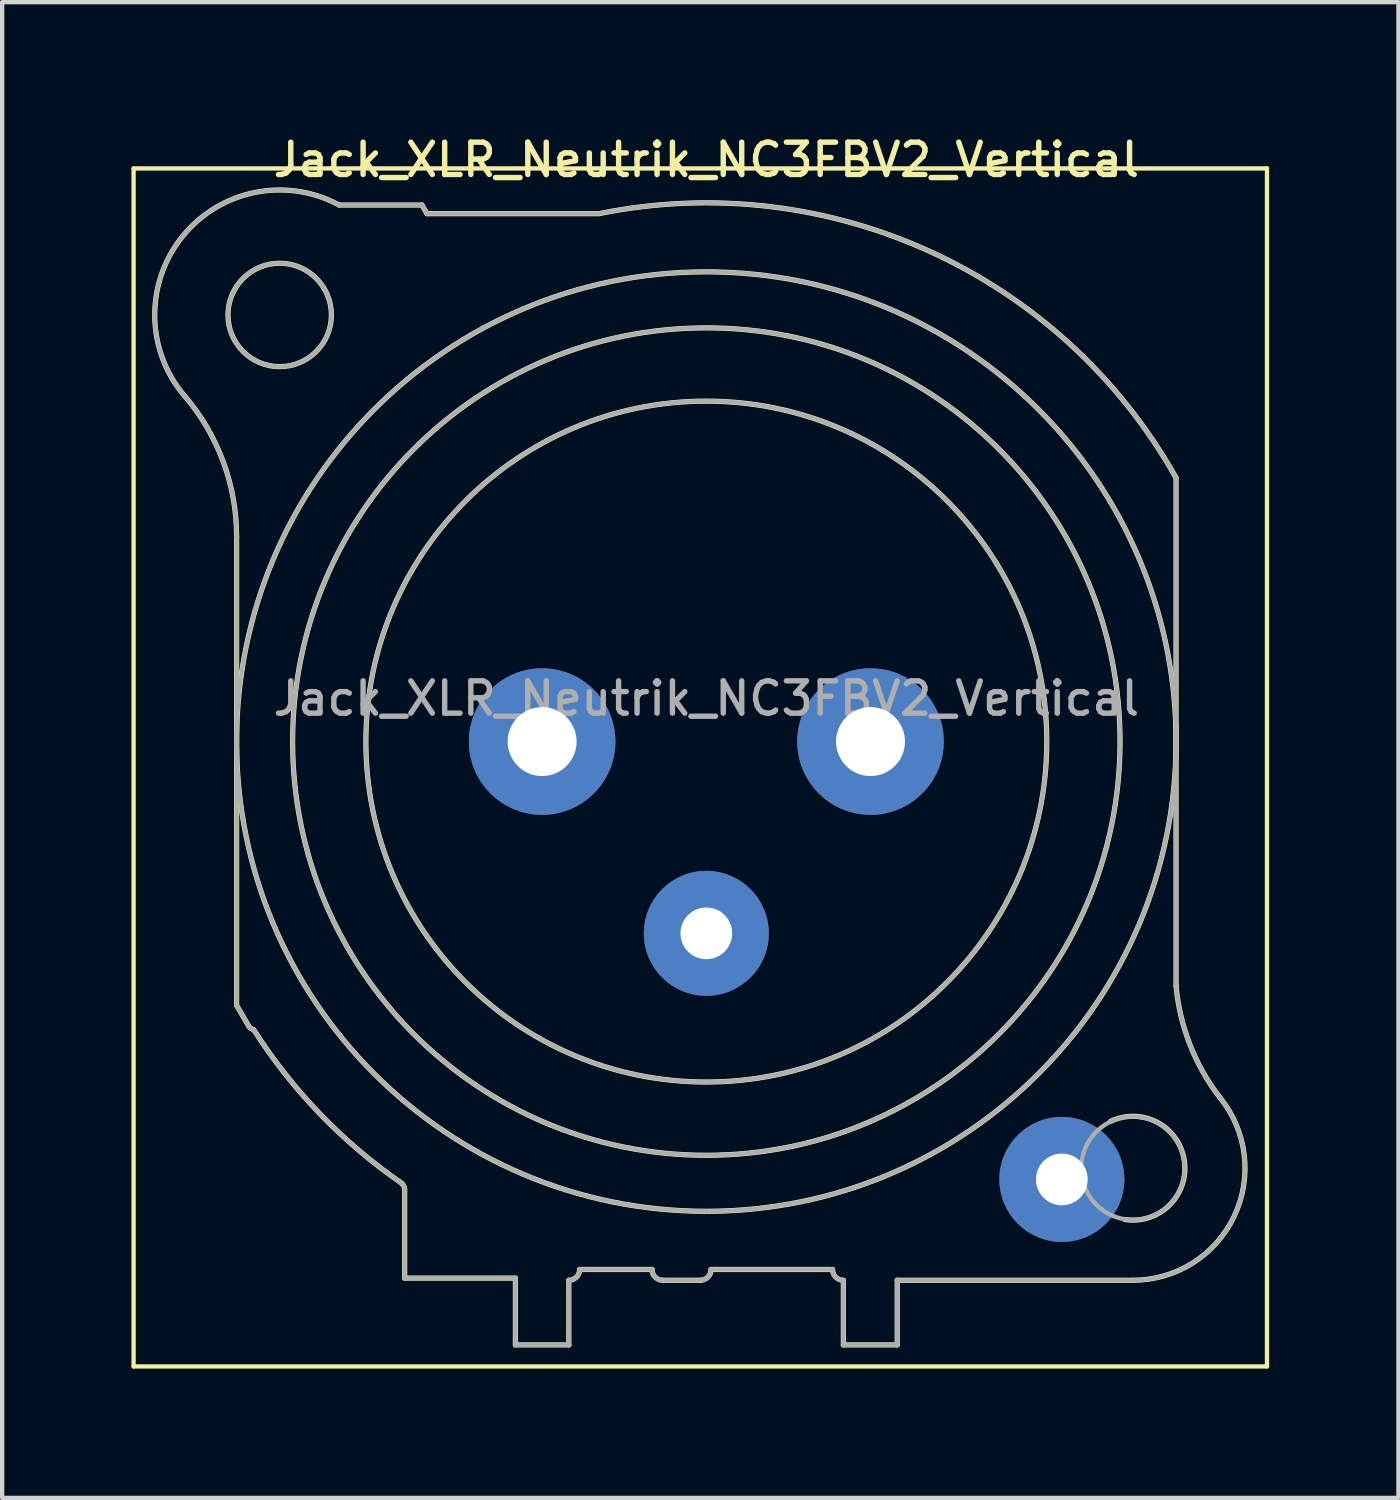
<source format=kicad_pcb>
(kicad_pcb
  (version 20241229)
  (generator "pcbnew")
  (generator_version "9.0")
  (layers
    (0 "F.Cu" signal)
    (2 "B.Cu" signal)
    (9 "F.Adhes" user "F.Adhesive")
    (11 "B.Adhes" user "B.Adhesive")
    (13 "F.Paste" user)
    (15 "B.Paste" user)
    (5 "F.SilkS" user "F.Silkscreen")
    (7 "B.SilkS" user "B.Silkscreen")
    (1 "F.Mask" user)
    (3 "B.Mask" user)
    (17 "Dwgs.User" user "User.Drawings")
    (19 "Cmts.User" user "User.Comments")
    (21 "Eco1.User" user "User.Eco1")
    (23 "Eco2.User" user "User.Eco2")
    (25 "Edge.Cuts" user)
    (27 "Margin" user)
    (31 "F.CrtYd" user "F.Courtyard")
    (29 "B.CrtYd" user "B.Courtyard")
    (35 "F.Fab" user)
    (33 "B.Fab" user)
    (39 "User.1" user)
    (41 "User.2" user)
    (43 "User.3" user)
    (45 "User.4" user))
  (footprint "Jack_XLR_Neutrik_NC3FBV2_Vertical"
    (layer "F.Cu")
    (at 17.15 14.158)
    (property "Reference" "Jack_XLR_Neutrik_NC3FBV2_Vertical" (at -3.81 -13.5 0) (layer "F.SilkS") (effects (font (size 0.75 0.75) (thickness 0.125))))
    (attr through_hole)
    (fp_line (start -17.1 -13.3) (end 9.2 -13.3) (stroke (width 0.1) (type solid)) (layer "F.SilkS"))
    (fp_line (start -17.1 14.5) (end -17.1 -13.3) (stroke (width 0.1) (type solid)) (layer "F.SilkS"))
    (fp_line (start -14.71 -4.76) (end -14.71 6.12) (stroke (width 0.12) (type solid)) (layer "F.SilkS"))
    (fp_line (start -14.71 6.12) (end -14.43 6.6) (stroke (width 0.12) (type solid)) (layer "F.SilkS"))
    (fp_line (start -10.81 10.39) (end -10.81 12.45) (stroke (width 0.12) (type solid)) (layer "F.SilkS"))
    (fp_line (start -10.81 12.45) (end -8.24 12.45) (stroke (width 0.12) (type solid)) (layer "F.SilkS"))
    (fp_line (start -10.41 -12.45) (end -12.33 -12.45) (stroke (width 0.12) (type solid)) (layer "F.SilkS"))
    (fp_line (start -10.29 -12.25) (end -10.41 -12.45) (stroke (width 0.12) (type solid)) (layer "F.SilkS"))
    (fp_line (start -8.24 12.45) (end -8.24 14) (stroke (width 0.12) (type solid)) (layer "F.SilkS"))
    (fp_line (start -7 14) (end -8.24 14) (stroke (width 0.12) (type solid)) (layer "F.SilkS"))
    (fp_line (start -7 14) (end -7 12.5) (stroke (width 0.12) (type solid)) (layer "F.SilkS"))
    (fp_line (start -6.75 12.25) (end -5.07 12.25) (stroke (width 0.12) (type solid)) (layer "F.SilkS"))
    (fp_line (start -6.3 -12.25) (end -10.29 -12.25) (stroke (width 0.12) (type solid)) (layer "F.SilkS"))
    (fp_line (start -4.82 12.5) (end -3.95 12.5) (stroke (width 0.12) (type solid)) (layer "F.SilkS"))
    (fp_line (start -3.7 12.25) (end -0.88 12.25) (stroke (width 0.12) (type solid)) (layer "F.SilkS"))
    (fp_line (start -0.63 12.5) (end -0.63 14) (stroke (width 0.12) (type solid)) (layer "F.SilkS"))
    (fp_line (start 0.62 12.5) (end 6.09 12.5) (stroke (width 0.12) (type solid)) (layer "F.SilkS"))
    (fp_line (start 0.62 14) (end -0.63 14) (stroke (width 0.12) (type solid)) (layer "F.SilkS"))
    (fp_line (start 0.62 14) (end 0.62 12.5) (stroke (width 0.12) (type solid)) (layer "F.SilkS"))
    (fp_line (start 7.09 5.67) (end 7.09 -6.12) (stroke (width 0.12) (type solid)) (layer "F.SilkS"))
    (fp_line (start 9.2 -13.3) (end 9.2 14.5) (stroke (width 0.1) (type solid)) (layer "F.SilkS"))
    (fp_line (start 9.2 14.5) (end -17.1 14.5) (stroke (width 0.1) (type solid)) (layer "F.SilkS"))
    (fp_arc (start -15.916051 -8.020379) (mid -15.021177 -6.498148) (end -14.71 -4.76) (stroke (width 0.12) (type solid)) (layer "F.SilkS"))
    (fp_arc (start -15.908884 -8.010077) (mid -15.967404 -11.719623) (end -12.33 -12.45) (stroke (width 0.12) (type solid)) (layer "F.SilkS"))
    (fp_arc (start -14.313753 6.685219) (mid -14.379716 6.653303) (end -14.43 6.6) (stroke (width 0.12) (type solid)) (layer "F.SilkS"))
    (fp_arc (start -10.879208 10.248532) (mid -12.772983 8.641241) (end -14.31 6.69) (stroke (width 0.12) (type solid)) (layer "F.SilkS"))
    (fp_arc (start -10.874359 10.252686) (mid -10.828679 10.315015) (end -10.81 10.39) (stroke (width 0.12) (type solid)) (layer "F.SilkS"))
    (fp_arc (start -6.75 12.25) (mid -6.823223 12.426777) (end -7 12.5) (stroke (width 0.12) (type solid)) (layer "F.SilkS"))
    (fp_arc (start -6.283571 -12.253402) (mid 1.401126 -11.362596) (end 7.09 -6.12) (stroke (width 0.12) (type solid)) (layer "F.SilkS"))
    (fp_arc (start -4.82 12.5) (mid -4.996777 12.426777) (end -5.07 12.25) (stroke (width 0.12) (type solid)) (layer "F.SilkS"))
    (fp_arc (start -3.7 12.25) (mid -3.773223 12.426777) (end -3.95 12.5) (stroke (width 0.12) (type solid)) (layer "F.SilkS"))
    (fp_arc (start -0.63 12.5) (mid -0.806777 12.426777) (end -0.88 12.25) (stroke (width 0.12) (type solid)) (layer "F.SilkS"))
    (fp_arc (start 5.563083 8.81623) (mid 7.282057 9.723366) (end 5.9 11.09) (stroke (width 0.12) (type solid)) (layer "F.SilkS"))
    (fp_arc (start 8.110579 8.263767) (mid 8.436721 11.019329) (end 6.09 12.5) (stroke (width 0.12) (type solid)) (layer "F.SilkS"))
    (fp_arc (start 8.111727 8.266808) (mid 7.416073 7.041111) (end 7.09 5.67) (stroke (width 0.12) (type solid)) (layer "F.SilkS"))
    (fp_circle (center -13.71 -9.9) (end -12.51 -9.9) (stroke (width 0.12) (type solid)) (fill no) (layer "F.SilkS"))
    (fp_circle (center -3.81 0) (end 4.09 0) (stroke (width 0.12) (type solid)) (fill no) (layer "F.SilkS"))
    (fp_circle (center -3.81 0) (end 5.79 0) (stroke (width 0.12) (type solid)) (fill no) (layer "F.SilkS"))
    (fp_circle (center -3.81 0) (end 7.09 0) (stroke (width 0.12) (type solid)) (fill no) (layer "F.SilkS"))
    (fp_line (start -14.71 -4.76) (end -14.71 6.12) (stroke (width 0.1) (type solid)) (layer "F.Fab"))
    (fp_line (start -14.71 6.12) (end -14.43 6.6) (stroke (width 0.1) (type solid)) (layer "F.Fab"))
    (fp_line (start -10.81 10.39) (end -10.81 12.45) (stroke (width 0.1) (type solid)) (layer "F.Fab"))
    (fp_line (start -10.81 12.45) (end -8.24 12.45) (stroke (width 0.1) (type solid)) (layer "F.Fab"))
    (fp_line (start -10.41 -12.45) (end -12.33 -12.45) (stroke (width 0.1) (type solid)) (layer "F.Fab"))
    (fp_line (start -10.29 -12.25) (end -10.41 -12.45) (stroke (width 0.1) (type solid)) (layer "F.Fab"))
    (fp_line (start -8.24 12.45) (end -8.24 14) (stroke (width 0.1) (type solid)) (layer "F.Fab"))
    (fp_line (start -7 14) (end -8.24 14) (stroke (width 0.1) (type solid)) (layer "F.Fab"))
    (fp_line (start -7 14) (end -7 12.5) (stroke (width 0.1) (type solid)) (layer "F.Fab"))
    (fp_line (start -6.75 12.25) (end -5.07 12.25) (stroke (width 0.1) (type solid)) (layer "F.Fab"))
    (fp_line (start -6.3 -12.25) (end -10.29 -12.25) (stroke (width 0.1) (type solid)) (layer "F.Fab"))
    (fp_line (start -4.82 12.5) (end -3.95 12.5) (stroke (width 0.1) (type solid)) (layer "F.Fab"))
    (fp_line (start -3.7 12.25) (end -0.88 12.25) (stroke (width 0.1) (type solid)) (layer "F.Fab"))
    (fp_line (start -0.63 12.5) (end -0.63 14) (stroke (width 0.1) (type solid)) (layer "F.Fab"))
    (fp_line (start 0.62 12.5) (end 6.09 12.5) (stroke (width 0.1) (type solid)) (layer "F.Fab"))
    (fp_line (start 0.62 14) (end -0.63 14) (stroke (width 0.1) (type solid)) (layer "F.Fab"))
    (fp_line (start 0.62 14) (end 0.62 12.5) (stroke (width 0.1) (type solid)) (layer "F.Fab"))
    (fp_line (start 7.09 5.67) (end 7.09 -6.12) (stroke (width 0.1) (type solid)) (layer "F.Fab"))
    (fp_arc (start -15.916051 -8.020379) (mid -15.021177 -6.498148) (end -14.71 -4.76) (stroke (width 0.1) (type solid)) (layer "F.Fab"))
    (fp_arc (start -15.908884 -8.010077) (mid -15.967404 -11.719623) (end -12.33 -12.45) (stroke (width 0.1) (type solid)) (layer "F.Fab"))
    (fp_arc (start -14.313753 6.685219) (mid -14.379716 6.653303) (end -14.43 6.6) (stroke (width 0.1) (type solid)) (layer "F.Fab"))
    (fp_arc (start -10.879208 10.248532) (mid -12.772983 8.641241) (end -14.31 6.69) (stroke (width 0.1) (type solid)) (layer "F.Fab"))
    (fp_arc (start -10.874359 10.252686) (mid -10.828679 10.315015) (end -10.81 10.39) (stroke (width 0.1) (type solid)) (layer "F.Fab"))
    (fp_arc (start -6.75 12.25) (mid -6.823223 12.426777) (end -7 12.5) (stroke (width 0.1) (type solid)) (layer "F.Fab"))
    (fp_arc (start -6.283571 -12.253402) (mid 1.401126 -11.362596) (end 7.09 -6.12) (stroke (width 0.1) (type solid)) (layer "F.Fab"))
    (fp_arc (start -4.82 12.5) (mid -4.996777 12.426777) (end -5.07 12.25) (stroke (width 0.1) (type solid)) (layer "F.Fab"))
    (fp_arc (start -3.7 12.25) (mid -3.773223 12.426777) (end -3.95 12.5) (stroke (width 0.1) (type solid)) (layer "F.Fab"))
    (fp_arc (start -0.63 12.5) (mid -0.806777 12.426777) (end -0.88 12.25) (stroke (width 0.1) (type solid)) (layer "F.Fab"))
    (fp_arc (start 8.110579 8.263767) (mid 8.436721 11.019329) (end 6.09 12.5) (stroke (width 0.1) (type solid)) (layer "F.Fab"))
    (fp_arc (start 8.111727 8.266808) (mid 7.416073 7.041111) (end 7.09 5.67) (stroke (width 0.1) (type solid)) (layer "F.Fab"))
    (fp_circle (center -13.71 -9.9) (end -12.51 -9.9) (stroke (width 0.1) (type solid)) (fill no) (layer "F.Fab"))
    (fp_circle (center -3.81 0) (end 4.09 0) (stroke (width 0.1) (type solid)) (fill no) (layer "F.Fab"))
    (fp_circle (center -3.81 0) (end 5.79 0) (stroke (width 0.1) (type solid)) (fill no) (layer "F.Fab"))
    (fp_circle (center -3.81 0) (end 7.09 0) (stroke (width 0.1) (type solid)) (fill no) (layer "F.Fab"))
    (fp_circle (center 6.09 9.9) (end 7.29 9.9) (stroke (width 0.1) (type solid)) (fill no) (layer "F.Fab"))
    (fp_text user "${REFERENCE}" (at -3.81 -1 0) (layer "F.Fab") (effects (font (size 0.75 0.75) (thickness 0.125))))
    (pad "1" thru_hole circle (at 0 0) (size 3.4 3.4) (drill 1.6) (layers "*.Cu" "*.Mask"))
    (pad "2" thru_hole circle (at -7.62 0) (size 3.4 3.4) (drill 1.6) (layers "*.Cu" "*.Mask"))
    (pad "3" thru_hole circle (at -3.81 4.45) (size 2.9 2.9) (drill 1.2) (layers "*.Cu" "*.Mask"))
    (pad "G" thru_hole circle (at 4.44 10.16) (size 2.9 2.9) (drill 1.2) (layers "*.Cu" "*.Mask")))
  (gr_rect
    (start -3 -3)
    (end 29.4 31.708)
    (stroke (width 0.1) (type default))
    (fill no)
    (layer "Edge.Cuts")))
</source>
